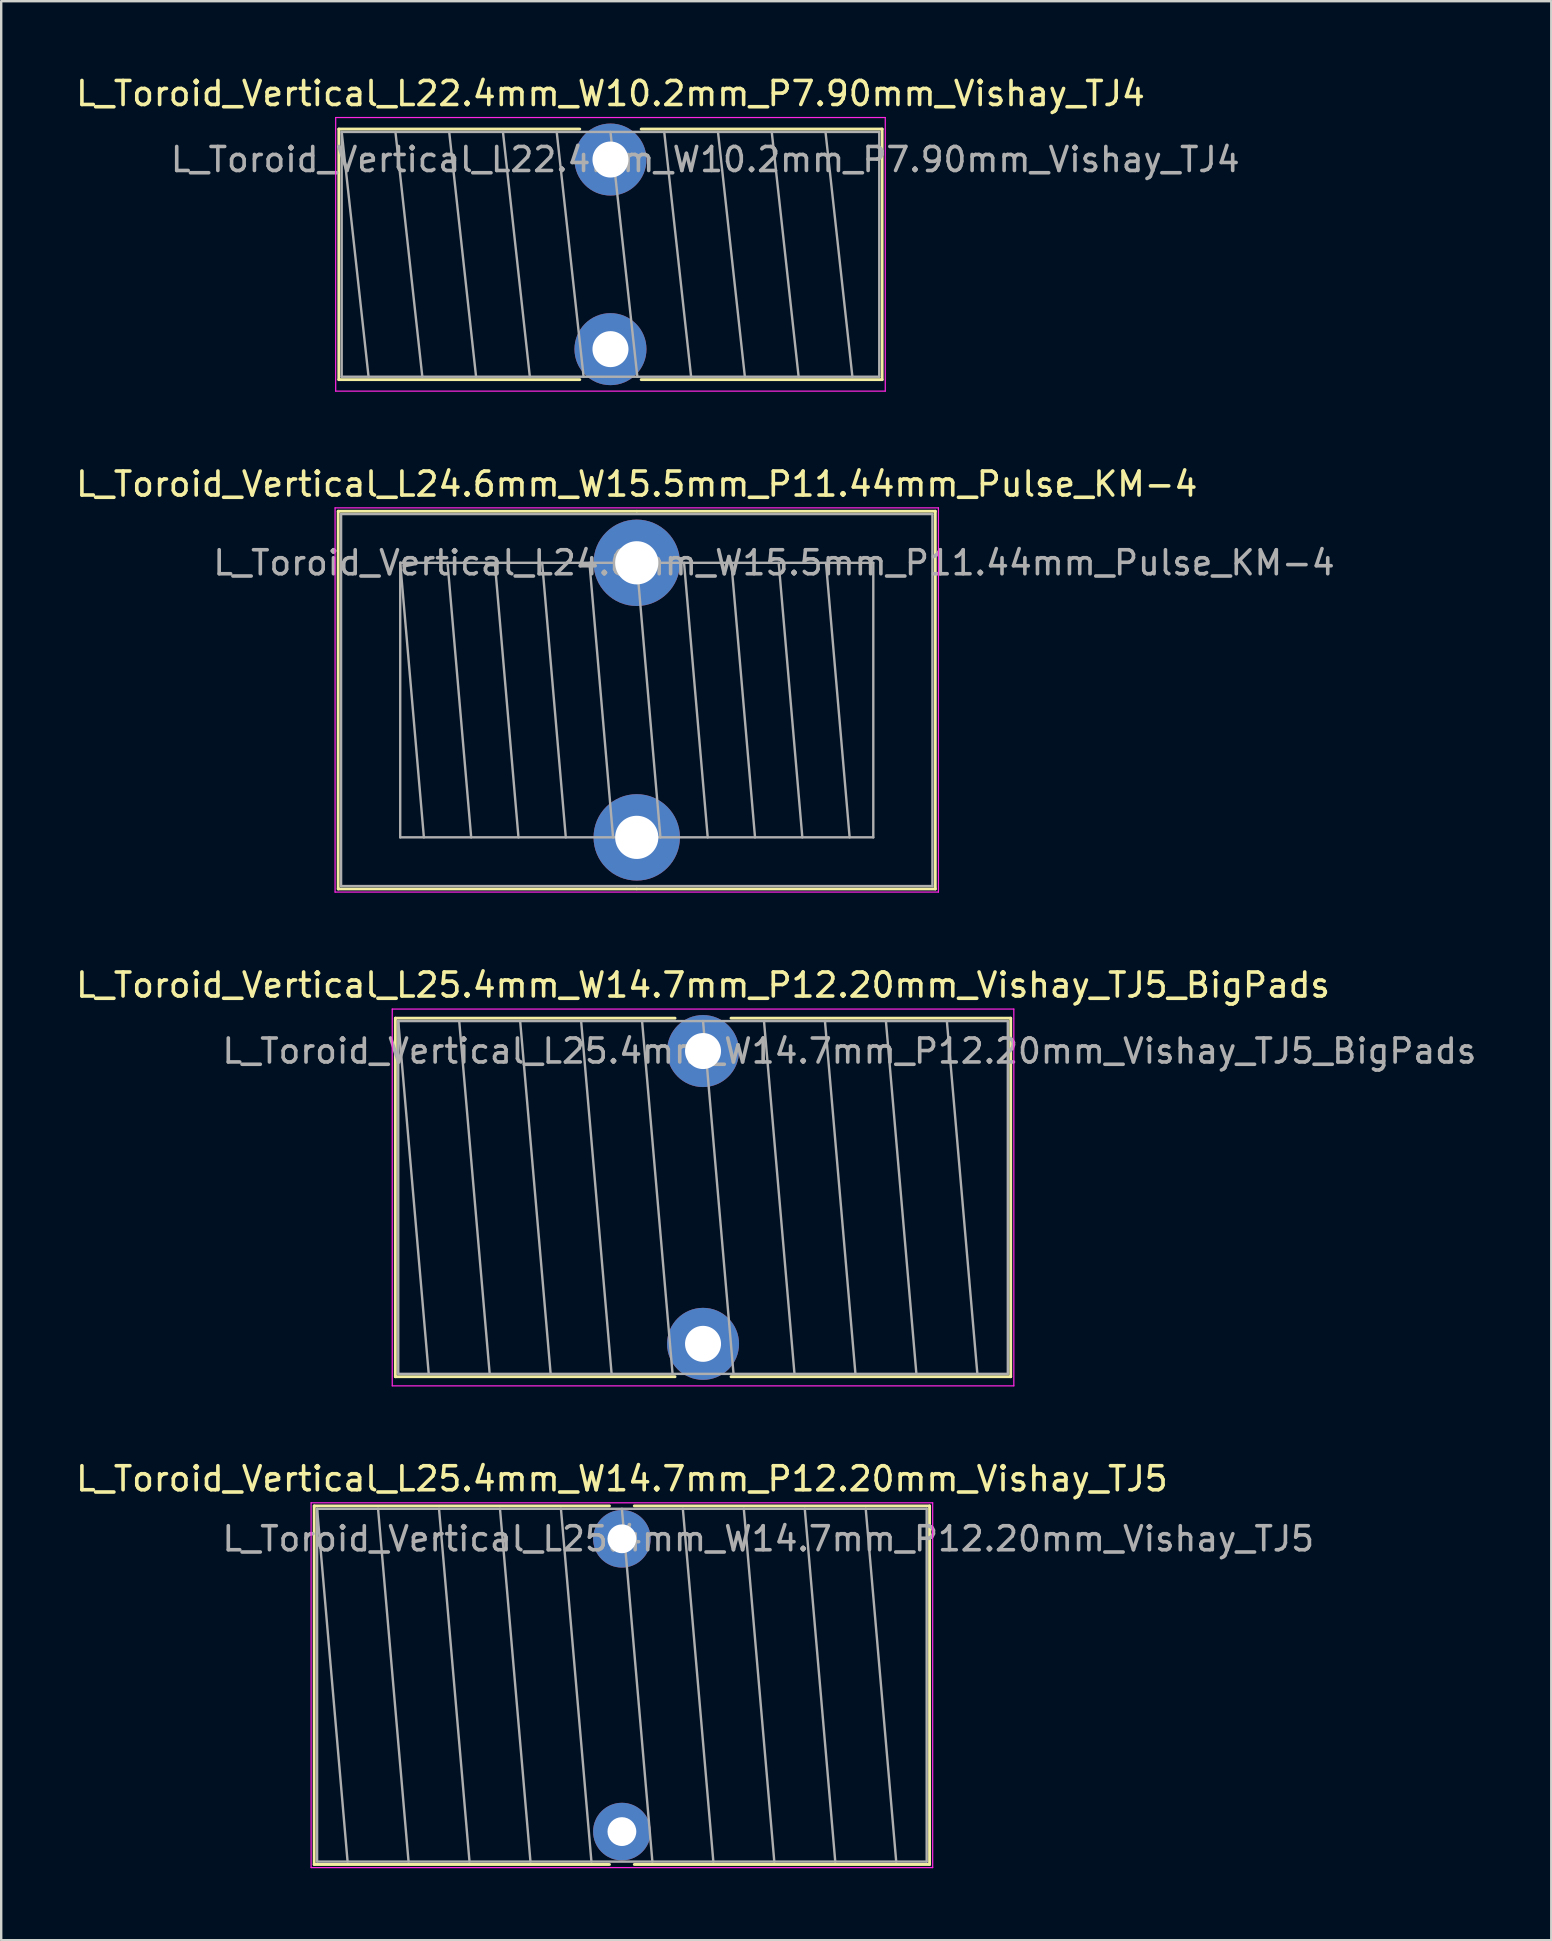
<source format=kicad_pcb>
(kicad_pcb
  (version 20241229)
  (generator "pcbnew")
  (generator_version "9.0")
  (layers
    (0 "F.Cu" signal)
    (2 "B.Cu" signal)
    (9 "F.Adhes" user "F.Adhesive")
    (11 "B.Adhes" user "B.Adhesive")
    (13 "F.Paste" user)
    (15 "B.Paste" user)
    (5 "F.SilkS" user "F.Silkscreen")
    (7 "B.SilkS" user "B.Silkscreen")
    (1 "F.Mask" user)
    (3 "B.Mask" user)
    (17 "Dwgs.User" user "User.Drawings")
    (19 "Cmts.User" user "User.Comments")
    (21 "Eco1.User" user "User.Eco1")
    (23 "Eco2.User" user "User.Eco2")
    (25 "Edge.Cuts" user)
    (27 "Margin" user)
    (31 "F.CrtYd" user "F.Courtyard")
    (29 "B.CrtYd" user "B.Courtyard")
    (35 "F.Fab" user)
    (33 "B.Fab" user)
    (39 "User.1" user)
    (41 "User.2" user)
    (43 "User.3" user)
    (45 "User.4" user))
  (footprint "L_Toroid_Vertical_L24.6mm_W15.5mm_P11.44mm_Pulse_KM-4"
    (layer "F.Cu")
    (at 23.482 20.401)
    (property "Reference" "L_Toroid_Vertical_L24.6mm_W15.5mm_P11.44mm_Pulse_KM-4" (at 0 -3.28 0) (layer "F.SilkS") (effects (font (size 1 1) (thickness 0.15))))
    (attr through_hole)
    (fp_line (start -12.44 -2.15) (end -12.44 13.59) (stroke (width 0.12) (type solid)) (layer "F.SilkS"))
    (fp_line (start -12.44 -2.15) (end -0.016 -2.15) (stroke (width 0.12) (type solid)) (layer "F.SilkS"))
    (fp_line (start -12.44 13.59) (end -0.016 13.59) (stroke (width 0.12) (type solid)) (layer "F.SilkS"))
    (fp_line (start 0.016 -2.15) (end 12.44 -2.15) (stroke (width 0.12) (type solid)) (layer "F.SilkS"))
    (fp_line (start 0.016 13.59) (end 12.44 13.59) (stroke (width 0.12) (type solid)) (layer "F.SilkS"))
    (fp_line (start 12.44 -2.15) (end 12.44 13.59) (stroke (width 0.12) (type solid)) (layer "F.SilkS"))
    (fp_line (start -12.57 -2.29) (end -12.57 13.72) (stroke (width 0.05) (type solid)) (layer "F.CrtYd"))
    (fp_line (start -12.57 13.72) (end 12.57 13.72) (stroke (width 0.05) (type solid)) (layer "F.CrtYd"))
    (fp_line (start 12.57 -2.29) (end -12.57 -2.29) (stroke (width 0.05) (type solid)) (layer "F.CrtYd"))
    (fp_line (start 12.57 13.72) (end 12.57 -2.29) (stroke (width 0.05) (type solid)) (layer "F.CrtYd"))
    (fp_line (start -12.32 -2.03) (end -12.32 13.47) (stroke (width 0.1) (type solid)) (layer "F.Fab"))
    (fp_line (start -12.32 13.47) (end 12.32 13.47) (stroke (width 0.1) (type solid)) (layer "F.Fab"))
    (fp_line (start -9.856 0) (end -9.856 11.44) (stroke (width 0.1) (type solid)) (layer "F.Fab"))
    (fp_line (start -9.856 0) (end -8.87 11.44) (stroke (width 0.1) (type solid)) (layer "F.Fab"))
    (fp_line (start -9.856 11.44) (end 9.856 11.44) (stroke (width 0.1) (type solid)) (layer "F.Fab"))
    (fp_line (start -7.885 0) (end -6.899 11.44) (stroke (width 0.1) (type solid)) (layer "F.Fab"))
    (fp_line (start -5.914 0) (end -4.928 11.44) (stroke (width 0.1) (type solid)) (layer "F.Fab"))
    (fp_line (start -3.942 0) (end -2.957 11.44) (stroke (width 0.1) (type solid)) (layer "F.Fab"))
    (fp_line (start -1.971 0) (end -0.986 11.44) (stroke (width 0.1) (type solid)) (layer "F.Fab"))
    (fp_line (start 0 0) (end 0.986 11.44) (stroke (width 0.1) (type solid)) (layer "F.Fab"))
    (fp_line (start 1.971 0) (end 2.957 11.44) (stroke (width 0.1) (type solid)) (layer "F.Fab"))
    (fp_line (start 3.942 0) (end 4.928 11.44) (stroke (width 0.1) (type solid)) (layer "F.Fab"))
    (fp_line (start 5.914 0) (end 6.899 11.44) (stroke (width 0.1) (type solid)) (layer "F.Fab"))
    (fp_line (start 7.885 0) (end 8.87 11.44) (stroke (width 0.1) (type solid)) (layer "F.Fab"))
    (fp_line (start 9.856 0) (end -9.856 0) (stroke (width 0.1) (type solid)) (layer "F.Fab"))
    (fp_line (start 9.856 11.44) (end 9.856 0) (stroke (width 0.1) (type solid)) (layer "F.Fab"))
    (fp_line (start 12.32 -2.03) (end -12.32 -2.03) (stroke (width 0.1) (type solid)) (layer "F.Fab"))
    (fp_line (start 12.32 13.47) (end 12.32 -2.03) (stroke (width 0.1) (type solid)) (layer "F.Fab"))
    (fp_text user "${REFERENCE}" (at 5.72 0 0) (layer "F.Fab") (effects (font (size 1 1) (thickness 0.15))))
    (pad "1" thru_hole circle (at 0 0) (size 3.6 3.6) (drill 1.8) (layers "*.Cu" "*.Mask"))
    (pad "2" thru_hole circle (at 0 11.44) (size 3.6 3.6) (drill 1.8) (layers "*.Cu" "*.Mask")))
  (footprint "L_Toroid_Vertical_L22.4mm_W10.2mm_P7.90mm_Vishay_TJ4"
    (layer "F.Cu")
    (at 22.387 3.598)
    (property "Reference" "L_Toroid_Vertical_L22.4mm_W10.2mm_P7.90mm_Vishay_TJ4" (at 0 -2.75 0) (layer "F.SilkS") (effects (font (size 1 1) (thickness 0.15))))
    (attr through_hole)
    (fp_line (start -11.32 -1.27) (end -11.32 9.17) (stroke (width 0.12) (type solid)) (layer "F.SilkS"))
    (fp_line (start -11.32 -1.27) (end -1.279 -1.27) (stroke (width 0.12) (type solid)) (layer "F.SilkS"))
    (fp_line (start -11.32 9.17) (end -1.279 9.17) (stroke (width 0.12) (type solid)) (layer "F.SilkS"))
    (fp_line (start 1.279 -1.27) (end 11.32 -1.27) (stroke (width 0.12) (type solid)) (layer "F.SilkS"))
    (fp_line (start 1.279 9.17) (end 11.32 9.17) (stroke (width 0.12) (type solid)) (layer "F.SilkS"))
    (fp_line (start 11.32 -1.27) (end 11.32 9.17) (stroke (width 0.12) (type solid)) (layer "F.SilkS"))
    (fp_line (start -11.45 -1.75) (end -11.45 9.65) (stroke (width 0.05) (type solid)) (layer "F.CrtYd"))
    (fp_line (start -11.45 9.65) (end 11.45 9.65) (stroke (width 0.05) (type solid)) (layer "F.CrtYd"))
    (fp_line (start 11.45 -1.75) (end -11.45 -1.75) (stroke (width 0.05) (type solid)) (layer "F.CrtYd"))
    (fp_line (start 11.45 9.65) (end 11.45 -1.75) (stroke (width 0.05) (type solid)) (layer "F.CrtYd"))
    (fp_line (start -11.2 -1.15) (end -11.2 9.05) (stroke (width 0.1) (type solid)) (layer "F.Fab"))
    (fp_line (start -11.2 -1.15) (end -10.08 9.05) (stroke (width 0.1) (type solid)) (layer "F.Fab"))
    (fp_line (start -11.2 9.05) (end 11.2 9.05) (stroke (width 0.1) (type solid)) (layer "F.Fab"))
    (fp_line (start -8.96 -1.15) (end -7.84 9.05) (stroke (width 0.1) (type solid)) (layer "F.Fab"))
    (fp_line (start -6.72 -1.15) (end -5.6 9.05) (stroke (width 0.1) (type solid)) (layer "F.Fab"))
    (fp_line (start -4.48 -1.15) (end -3.36 9.05) (stroke (width 0.1) (type solid)) (layer "F.Fab"))
    (fp_line (start -2.24 -1.15) (end -1.12 9.05) (stroke (width 0.1) (type solid)) (layer "F.Fab"))
    (fp_line (start 0 -1.15) (end 1.12 9.05) (stroke (width 0.1) (type solid)) (layer "F.Fab"))
    (fp_line (start 2.24 -1.15) (end 3.36 9.05) (stroke (width 0.1) (type solid)) (layer "F.Fab"))
    (fp_line (start 4.48 -1.15) (end 5.6 9.05) (stroke (width 0.1) (type solid)) (layer "F.Fab"))
    (fp_line (start 6.72 -1.15) (end 7.84 9.05) (stroke (width 0.1) (type solid)) (layer "F.Fab"))
    (fp_line (start 8.96 -1.15) (end 10.08 9.05) (stroke (width 0.1) (type solid)) (layer "F.Fab"))
    (fp_line (start 11.2 -1.15) (end -11.2 -1.15) (stroke (width 0.1) (type solid)) (layer "F.Fab"))
    (fp_line (start 11.2 9.05) (end 11.2 -1.15) (stroke (width 0.1) (type solid)) (layer "F.Fab"))
    (fp_text user "${REFERENCE}" (at 3.95 0 0) (layer "F.Fab") (effects (font (size 1 1) (thickness 0.15))))
    (pad "1" thru_hole circle (at 0 0) (size 3 3) (drill 1.5) (layers "*.Cu" "*.Mask"))
    (pad "2" thru_hole circle (at 0 7.9) (size 3 3) (drill 1.5) (layers "*.Cu" "*.Mask")))
  (footprint "L_Toroid_Vertical_L25.4mm_W14.7mm_P12.20mm_Vishay_TJ5"
    (layer "F.Cu")
    (at 22.863 61.068)
    (property "Reference" "L_Toroid_Vertical_L25.4mm_W14.7mm_P12.20mm_Vishay_TJ5" (at 0 -2.5 0) (layer "F.SilkS") (effects (font (size 1 1) (thickness 0.15))))
    (attr through_hole)
    (fp_line (start -12.82 -1.37) (end -12.82 13.57) (stroke (width 0.12) (type solid)) (layer "F.SilkS"))
    (fp_line (start -12.82 -1.37) (end -0.517 -1.37) (stroke (width 0.12) (type solid)) (layer "F.SilkS"))
    (fp_line (start -12.82 13.57) (end -0.517 13.57) (stroke (width 0.12) (type solid)) (layer "F.SilkS"))
    (fp_line (start 0.517 -1.37) (end 12.82 -1.37) (stroke (width 0.12) (type solid)) (layer "F.SilkS"))
    (fp_line (start 0.517 13.57) (end 12.82 13.57) (stroke (width 0.12) (type solid)) (layer "F.SilkS"))
    (fp_line (start 12.82 -1.37) (end 12.82 13.57) (stroke (width 0.12) (type solid)) (layer "F.SilkS"))
    (fp_line (start -12.95 -1.5) (end -12.95 13.7) (stroke (width 0.05) (type solid)) (layer "F.CrtYd"))
    (fp_line (start -12.95 13.7) (end 12.95 13.7) (stroke (width 0.05) (type solid)) (layer "F.CrtYd"))
    (fp_line (start 12.95 -1.5) (end -12.95 -1.5) (stroke (width 0.05) (type solid)) (layer "F.CrtYd"))
    (fp_line (start 12.95 13.7) (end 12.95 -1.5) (stroke (width 0.05) (type solid)) (layer "F.CrtYd"))
    (fp_line (start -12.7 -1.25) (end -12.7 13.45) (stroke (width 0.1) (type solid)) (layer "F.Fab"))
    (fp_line (start -12.7 -1.25) (end -11.43 13.45) (stroke (width 0.1) (type solid)) (layer "F.Fab"))
    (fp_line (start -12.7 13.45) (end 12.7 13.45) (stroke (width 0.1) (type solid)) (layer "F.Fab"))
    (fp_line (start -10.16 -1.25) (end -8.89 13.45) (stroke (width 0.1) (type solid)) (layer "F.Fab"))
    (fp_line (start -7.62 -1.25) (end -6.35 13.45) (stroke (width 0.1) (type solid)) (layer "F.Fab"))
    (fp_line (start -5.08 -1.25) (end -3.81 13.45) (stroke (width 0.1) (type solid)) (layer "F.Fab"))
    (fp_line (start -2.54 -1.25) (end -1.27 13.45) (stroke (width 0.1) (type solid)) (layer "F.Fab"))
    (fp_line (start 0 -1.25) (end 1.27 13.45) (stroke (width 0.1) (type solid)) (layer "F.Fab"))
    (fp_line (start 2.54 -1.25) (end 3.81 13.45) (stroke (width 0.1) (type solid)) (layer "F.Fab"))
    (fp_line (start 5.08 -1.25) (end 6.35 13.45) (stroke (width 0.1) (type solid)) (layer "F.Fab"))
    (fp_line (start 7.62 -1.25) (end 8.89 13.45) (stroke (width 0.1) (type solid)) (layer "F.Fab"))
    (fp_line (start 10.16 -1.25) (end 11.43 13.45) (stroke (width 0.1) (type solid)) (layer "F.Fab"))
    (fp_line (start 12.7 -1.25) (end -12.7 -1.25) (stroke (width 0.1) (type solid)) (layer "F.Fab"))
    (fp_line (start 12.7 13.45) (end 12.7 -1.25) (stroke (width 0.1) (type solid)) (layer "F.Fab"))
    (fp_text user "${REFERENCE}" (at 6.1 0 0) (layer "F.Fab") (effects (font (size 1 1) (thickness 0.15))))
    (pad "1" thru_hole circle (at 0 0) (size 2.4 2.4) (drill 1.2) (layers "*.Cu" "*.Mask"))
    (pad "2" thru_hole circle (at 0 12.2) (size 2.4 2.4) (drill 1.2) (layers "*.Cu" "*.Mask")))
  (footprint "L_Toroid_Vertical_L25.4mm_W14.7mm_P12.20mm_Vishay_TJ5_BigPads"
    (layer "F.Cu")
    (at 26.244 40.745)
    (property "Reference" "L_Toroid_Vertical_L25.4mm_W14.7mm_P12.20mm_Vishay_TJ5_BigPads" (at 0 -2.75 0) (layer "F.SilkS") (effects (font (size 1 1) (thickness 0.15))))
    (attr through_hole)
    (fp_line (start -12.82 -1.37) (end -12.82 13.57) (stroke (width 0.12) (type solid)) (layer "F.SilkS"))
    (fp_line (start -12.82 -1.37) (end -1.166 -1.37) (stroke (width 0.12) (type solid)) (layer "F.SilkS"))
    (fp_line (start -12.82 13.57) (end -1.166 13.57) (stroke (width 0.12) (type solid)) (layer "F.SilkS"))
    (fp_line (start 1.166 -1.37) (end 12.82 -1.37) (stroke (width 0.12) (type solid)) (layer "F.SilkS"))
    (fp_line (start 1.166 13.57) (end 12.82 13.57) (stroke (width 0.12) (type solid)) (layer "F.SilkS"))
    (fp_line (start 12.82 -1.37) (end 12.82 13.57) (stroke (width 0.12) (type solid)) (layer "F.SilkS"))
    (fp_line (start -12.95 -1.75) (end -12.95 13.95) (stroke (width 0.05) (type solid)) (layer "F.CrtYd"))
    (fp_line (start -12.95 13.95) (end 12.95 13.95) (stroke (width 0.05) (type solid)) (layer "F.CrtYd"))
    (fp_line (start 12.95 -1.75) (end -12.95 -1.75) (stroke (width 0.05) (type solid)) (layer "F.CrtYd"))
    (fp_line (start 12.95 13.95) (end 12.95 -1.75) (stroke (width 0.05) (type solid)) (layer "F.CrtYd"))
    (fp_line (start -12.7 -1.25) (end -12.7 13.45) (stroke (width 0.1) (type solid)) (layer "F.Fab"))
    (fp_line (start -12.7 -1.25) (end -11.43 13.45) (stroke (width 0.1) (type solid)) (layer "F.Fab"))
    (fp_line (start -12.7 13.45) (end 12.7 13.45) (stroke (width 0.1) (type solid)) (layer "F.Fab"))
    (fp_line (start -10.16 -1.25) (end -8.89 13.45) (stroke (width 0.1) (type solid)) (layer "F.Fab"))
    (fp_line (start -7.62 -1.25) (end -6.35 13.45) (stroke (width 0.1) (type solid)) (layer "F.Fab"))
    (fp_line (start -5.08 -1.25) (end -3.81 13.45) (stroke (width 0.1) (type solid)) (layer "F.Fab"))
    (fp_line (start -2.54 -1.25) (end -1.27 13.45) (stroke (width 0.1) (type solid)) (layer "F.Fab"))
    (fp_line (start 0 -1.25) (end 1.27 13.45) (stroke (width 0.1) (type solid)) (layer "F.Fab"))
    (fp_line (start 2.54 -1.25) (end 3.81 13.45) (stroke (width 0.1) (type solid)) (layer "F.Fab"))
    (fp_line (start 5.08 -1.25) (end 6.35 13.45) (stroke (width 0.1) (type solid)) (layer "F.Fab"))
    (fp_line (start 7.62 -1.25) (end 8.89 13.45) (stroke (width 0.1) (type solid)) (layer "F.Fab"))
    (fp_line (start 10.16 -1.25) (end 11.43 13.45) (stroke (width 0.1) (type solid)) (layer "F.Fab"))
    (fp_line (start 12.7 -1.25) (end -12.7 -1.25) (stroke (width 0.1) (type solid)) (layer "F.Fab"))
    (fp_line (start 12.7 13.45) (end 12.7 -1.25) (stroke (width 0.1) (type solid)) (layer "F.Fab"))
    (fp_text user "${REFERENCE}" (at 6.1 0 0) (layer "F.Fab") (effects (font (size 1 1) (thickness 0.15))))
    (pad "1" thru_hole circle (at 0 0) (size 3 3) (drill 1.5) (layers "*.Cu" "*.Mask"))
    (pad "2" thru_hole circle (at 0 12.2) (size 3 3) (drill 1.5) (layers "*.Cu" "*.Mask")))
  (gr_rect
    (start -3 -3)
    (end 61.588 77.793)
    (stroke (width 0.1) (type default))
    (fill no)
    (layer "Edge.Cuts")))
</source>
